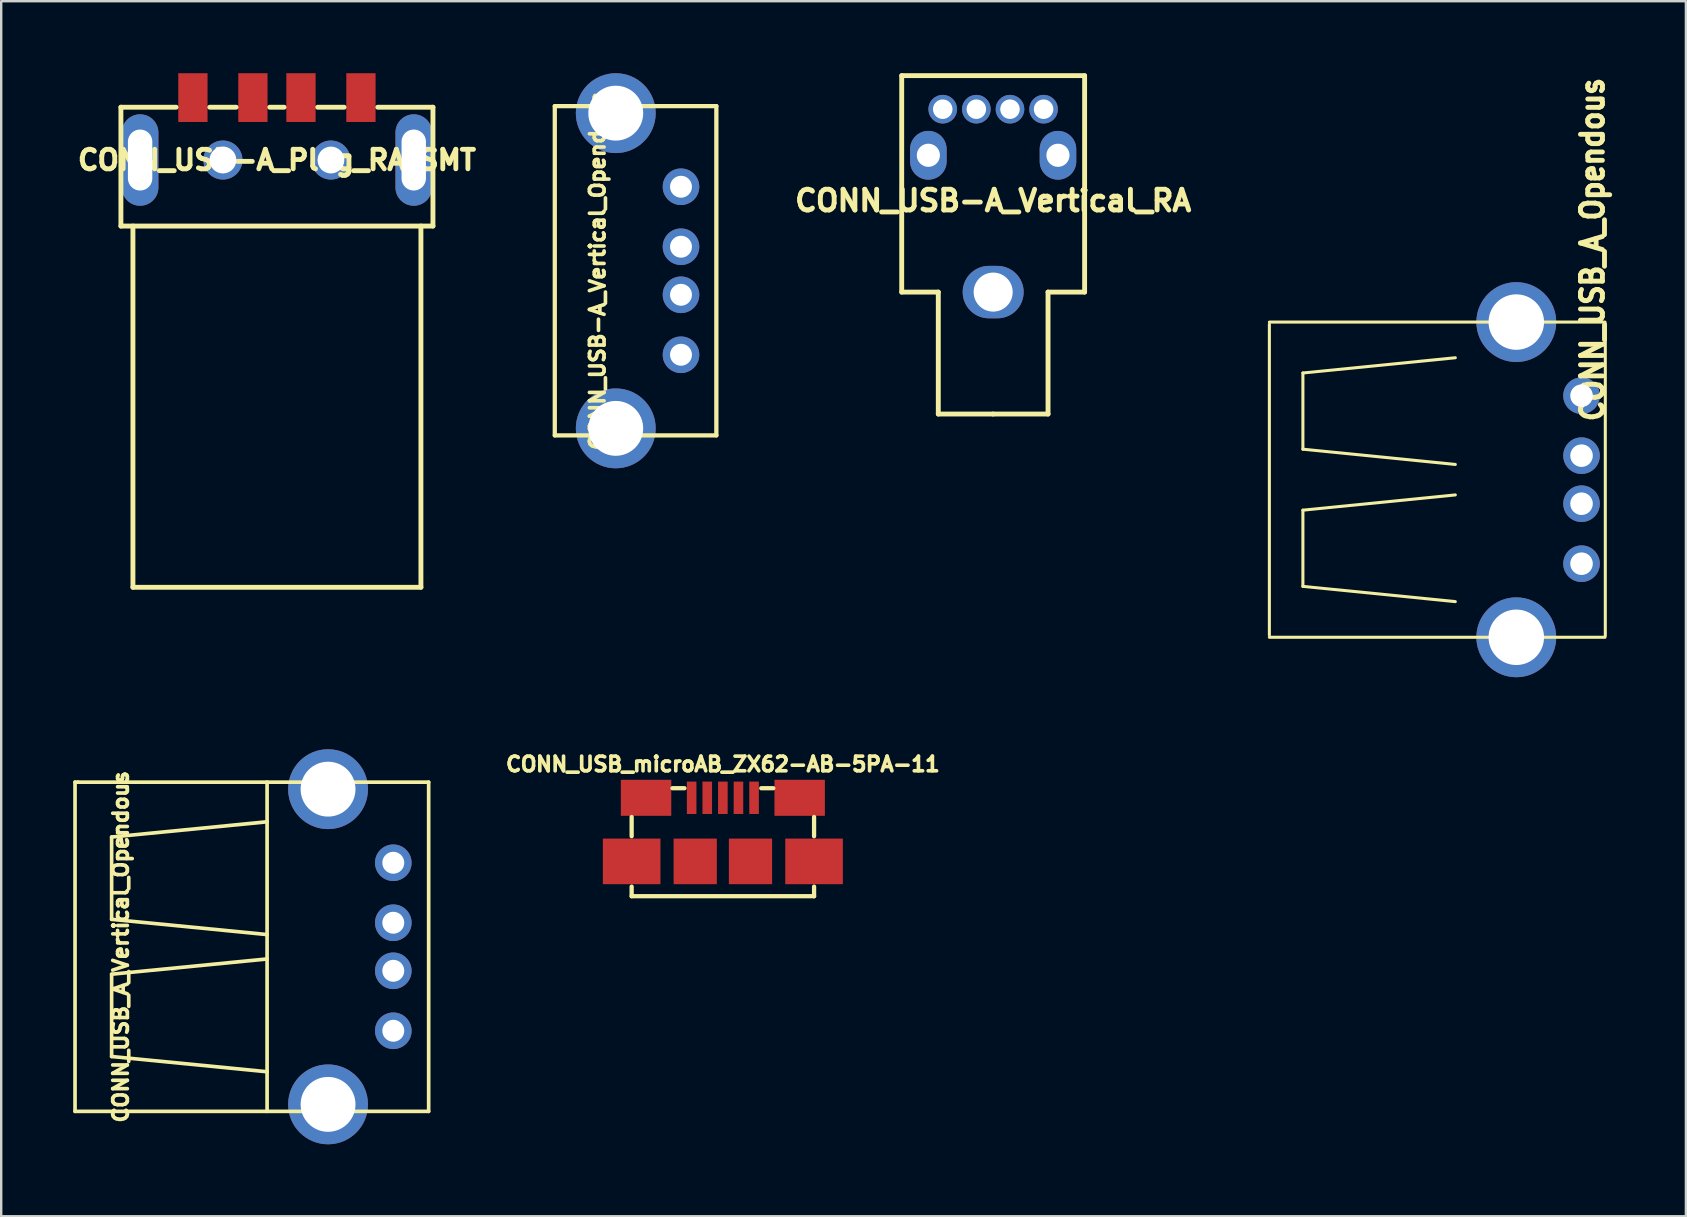
<source format=kicad_pcb>
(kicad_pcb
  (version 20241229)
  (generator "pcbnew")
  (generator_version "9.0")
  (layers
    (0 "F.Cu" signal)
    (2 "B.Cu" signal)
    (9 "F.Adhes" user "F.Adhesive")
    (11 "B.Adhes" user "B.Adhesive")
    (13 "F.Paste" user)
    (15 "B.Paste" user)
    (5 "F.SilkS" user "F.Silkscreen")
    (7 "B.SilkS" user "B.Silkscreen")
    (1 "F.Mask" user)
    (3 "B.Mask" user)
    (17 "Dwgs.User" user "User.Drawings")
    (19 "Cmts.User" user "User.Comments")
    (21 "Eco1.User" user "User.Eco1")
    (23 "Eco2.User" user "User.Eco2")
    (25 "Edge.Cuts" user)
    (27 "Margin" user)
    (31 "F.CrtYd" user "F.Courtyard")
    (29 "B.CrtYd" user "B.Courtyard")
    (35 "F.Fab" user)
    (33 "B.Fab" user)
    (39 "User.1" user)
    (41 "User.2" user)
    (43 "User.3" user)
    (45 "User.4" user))
  (footprint "CONN_USB_A_Vertical_Opendous"
    (layer "F.Cu")
    (at 10.617 36.393)
    (property "Reference" "CONN_USB_A_Vertical_Opendous" (at -8.636 0 90) (layer "F.SilkS") (effects (font (size 0.61 0.61) (thickness 0.152))))
    (attr exclude_from_pos_files exclude_from_bom)
    (fp_line (start -10.541 -6.858) (end -10.414 -6.858) (stroke (width 0.152) (type solid)) (layer "F.SilkS"))
    (fp_line (start -10.541 6.858) (end -10.541 -6.858) (stroke (width 0.152) (type solid)) (layer "F.SilkS"))
    (fp_line (start -10.414 -6.858) (end 4.191 -6.858) (stroke (width 0.152) (type solid)) (layer "F.SilkS"))
    (fp_line (start -9.017 -4.572) (end -9.017 -1.143) (stroke (width 0.152) (type solid)) (layer "F.SilkS"))
    (fp_line (start -9.017 -1.143) (end -2.54 -0.508) (stroke (width 0.152) (type solid)) (layer "F.SilkS"))
    (fp_line (start -9.017 1.143) (end -2.54 0.508) (stroke (width 0.152) (type solid)) (layer "F.SilkS"))
    (fp_line (start -9.017 4.572) (end -9.017 1.143) (stroke (width 0.152) (type solid)) (layer "F.SilkS"))
    (fp_line (start -2.54 -6.858) (end -2.54 6.858) (stroke (width 0.152) (type solid)) (layer "F.SilkS"))
    (fp_line (start -2.54 -5.207) (end -9.017 -4.572) (stroke (width 0.152) (type solid)) (layer "F.SilkS"))
    (fp_line (start -2.54 5.207) (end -9.017 4.572) (stroke (width 0.152) (type solid)) (layer "F.SilkS"))
    (fp_line (start 4.191 -6.858) (end 4.191 6.858) (stroke (width 0.152) (type solid)) (layer "F.SilkS"))
    (fp_line (start 4.191 6.858) (end -10.541 6.858) (stroke (width 0.152) (type solid)) (layer "F.SilkS"))
    (pad "1" thru_hole circle (at 2.718 -3.5) (size 1.524 1.524) (drill 0.914) (layers "*.Cu" "*.Mask"))
    (pad "2" thru_hole circle (at 2.718 -1.001) (size 1.524 1.524) (drill 0.914) (layers "*.Cu" "*.Mask"))
    (pad "3" thru_hole circle (at 2.718 1.001) (size 1.524 1.524) (drill 0.914) (layers "*.Cu" "*.Mask"))
    (pad "4" thru_hole circle (at 2.718 3.5) (size 1.524 1.524) (drill 0.914) (layers "*.Cu" "*.Mask"))
    (pad "5" thru_hole circle (at 0 -6.566) (size 3.327 3.327) (drill 2.286) (layers "*.Cu" "*.Mask"))
    (pad "5" thru_hole circle (at 0 6.566) (size 3.327 3.327) (drill 2.286) (layers "*.Cu" "*.Mask")))
  (footprint "CONN_USB_A_Opendous"
    (layer "F.Cu")
    (at 60.12 16.934)
    (property "Reference" "CONN_USB_A_Opendous" (at 3.175 -9.588 90) (layer "F.SilkS") (effects (font (size 0.914 0.813) (thickness 0.203))))
    (attr through_hole)
    (fp_line (start -10.287 -6.477) (end -10.287 6.477) (stroke (width 0.127) (type solid)) (layer "F.SilkS"))
    (fp_line (start -8.89 -4.445) (end -8.89 -1.27) (stroke (width 0.127) (type solid)) (layer "F.SilkS"))
    (fp_line (start -8.89 -1.27) (end -2.54 -0.635) (stroke (width 0.127) (type solid)) (layer "F.SilkS"))
    (fp_line (start -8.89 1.27) (end -2.54 0.635) (stroke (width 0.127) (type solid)) (layer "F.SilkS"))
    (fp_line (start -8.89 4.445) (end -8.89 1.27) (stroke (width 0.127) (type solid)) (layer "F.SilkS"))
    (fp_line (start -2.54 -5.08) (end -8.89 -4.445) (stroke (width 0.127) (type solid)) (layer "F.SilkS"))
    (fp_line (start -2.54 5.08) (end -8.89 4.445) (stroke (width 0.127) (type solid)) (layer "F.SilkS"))
    (fp_line (start 3.696 -6.566) (end -10.287 -6.566) (stroke (width 0.127) (type solid)) (layer "F.SilkS"))
    (fp_line (start 3.696 6.566) (end -10.287 6.566) (stroke (width 0.127) (type solid)) (layer "F.SilkS"))
    (fp_line (start 3.708 -6.502) (end 3.708 6.502) (stroke (width 0.127) (type solid)) (layer "F.SilkS"))
    (pad "1" thru_hole circle (at 2.718 -3.5) (size 1.524 1.524) (drill 0.94) (layers "*.Cu" "*.Mask"))
    (pad "2" thru_hole circle (at 2.718 -1.001) (size 1.524 1.524) (drill 0.94) (layers "*.Cu" "*.Mask"))
    (pad "3" thru_hole circle (at 2.718 1.001) (size 1.524 1.524) (drill 0.94) (layers "*.Cu" "*.Mask"))
    (pad "4" thru_hole circle (at 2.718 3.5) (size 1.524 1.524) (drill 0.94) (layers "*.Cu" "*.Mask"))
    (pad "5" thru_hole circle (at 0 -6.566) (size 3.327 3.327) (drill 2.311) (layers "*.Cu" "*.Mask"))
    (pad "5" thru_hole circle (at 0 6.566) (size 3.327 3.327) (drill 2.311) (layers "*.Cu" "*.Mask")))
  (footprint "CONN_USB-A_Vertical_Opendous"
    (layer "F.Cu")
    (at 22.603 8.23)
    (property "Reference" "CONN_USB-A_Vertical_Opendous" (at -0.762 0 90) (layer "F.SilkS") (effects (font (size 0.61 0.61) (thickness 0.152))))
    (attr exclude_from_pos_files exclude_from_bom)
    (fp_line (start -2.54 6.858) (end -2.54 -6.858) (stroke (width 0.178) (type solid)) (layer "F.SilkS"))
    (fp_line (start -2.54 6.858) (end 4.191 6.858) (stroke (width 0.178) (type solid)) (layer "F.SilkS"))
    (fp_line (start 4.191 -6.858) (end -2.54 -6.858) (stroke (width 0.178) (type solid)) (layer "F.SilkS"))
    (fp_line (start 4.191 -6.858) (end 4.191 6.858) (stroke (width 0.178) (type solid)) (layer "F.SilkS"))
    (pad "1" thru_hole circle (at 2.718 -3.5) (size 1.524 1.524) (drill 0.914) (layers "*.Cu" "*.Mask"))
    (pad "2" thru_hole circle (at 2.718 -1.001) (size 1.524 1.524) (drill 0.914) (layers "*.Cu" "*.Mask"))
    (pad "3" thru_hole circle (at 2.718 1.001) (size 1.524 1.524) (drill 0.914) (layers "*.Cu" "*.Mask"))
    (pad "4" thru_hole circle (at 2.718 3.5) (size 1.524 1.524) (drill 0.914) (layers "*.Cu" "*.Mask"))
    (pad "5" thru_hole circle (at 0 -6.566) (size 3.327 3.327) (drill 2.286) (layers "*.Cu" "*.Mask"))
    (pad "5" thru_hole circle (at 0 6.566) (size 3.327 3.327) (drill 2.286) (layers "*.Cu" "*.Mask")))
  (footprint "CONN_USB-A_Vertical_RA"
    (layer "F.Cu")
    (at 38.326 9.119)
    (property "Reference" "CONN_USB-A_Vertical_RA" (at 0 -3.81 0) (layer "F.SilkS") (effects (font (size 0.864 0.864) (thickness 0.203))))
    (attr through_hole)
    (fp_line (start -3.81 -9.017) (end 3.81 -9.017) (stroke (width 0.203) (type solid)) (layer "F.SilkS"))
    (fp_line (start -3.81 0) (end -3.81 -9.017) (stroke (width 0.203) (type solid)) (layer "F.SilkS"))
    (fp_line (start -2.286 0) (end -3.81 0) (stroke (width 0.203) (type solid)) (layer "F.SilkS"))
    (fp_line (start -2.286 5.08) (end -2.286 0) (stroke (width 0.203) (type solid)) (layer "F.SilkS"))
    (fp_line (start 0 5.08) (end -2.286 5.08) (stroke (width 0.203) (type solid)) (layer "F.SilkS"))
    (fp_line (start 0 5.08) (end 2.286 5.08) (stroke (width 0.203) (type solid)) (layer "F.SilkS"))
    (fp_line (start 2.286 0) (end 3.81 0) (stroke (width 0.203) (type solid)) (layer "F.SilkS"))
    (fp_line (start 2.286 5.08) (end 2.286 0) (stroke (width 0.203) (type solid)) (layer "F.SilkS"))
    (fp_line (start 3.81 0) (end 3.81 -9.017) (stroke (width 0.203) (type solid)) (layer "F.SilkS"))
    (pad "1" thru_hole circle (at 2.101 -7.62) (size 1.194 1.194) (drill 0.813) (layers "*.Cu" "*.Mask"))
    (pad "2" thru_hole circle (at 0.701 -7.62) (size 1.194 1.194) (drill 0.813) (layers "*.Cu" "*.Mask"))
    (pad "3" thru_hole circle (at -0.701 -7.62) (size 1.194 1.194) (drill 0.813) (layers "*.Cu" "*.Mask"))
    (pad "4" thru_hole circle (at -2.101 -7.62) (size 1.194 1.194) (drill 0.813) (layers "*.Cu" "*.Mask"))
    (pad "5" thru_hole oval (at -2.7 -5.7) (size 1.524 2.032) (drill 0.965) (layers "*.Cu" "*.Mask"))
    (pad "5" thru_hole oval (at 0 0) (size 2.54 2.184) (drill 1.626) (layers "*.Cu" "*.Mask"))
    (pad "5" thru_hole oval (at 2.7 -5.7) (size 1.524 2.032) (drill 0.965) (layers "*.Cu" "*.Mask")))
  (footprint "CONN_USB-A_Plug_RA_SMT"
    (layer "F.Cu")
    (at 8.487 3.617)
    (property "Reference" "CONN_USB-A_Plug_RA_SMT" (at 0 0 0) (layer "F.SilkS") (effects (font (size 0.813 0.813) (thickness 0.203))))
    (attr through_hole)
    (fp_line (start -6.5 -2.2) (end -6.5 2.751) (stroke (width 0.203) (type solid)) (layer "F.SilkS"))
    (fp_line (start -6.5 -2.2) (end -4.201 -2.2) (stroke (width 0.203) (type solid)) (layer "F.SilkS"))
    (fp_line (start -6.5 2.751) (end 6.5 2.751) (stroke (width 0.203) (type solid)) (layer "F.SilkS"))
    (fp_line (start -5.999 2.751) (end -5.999 17.8) (stroke (width 0.203) (type solid)) (layer "F.SilkS"))
    (fp_line (start -2.799 -2.2) (end -1.699 -2.2) (stroke (width 0.203) (type solid)) (layer "F.SilkS"))
    (fp_line (start -0.3 -2.2) (end 0.3 -2.2) (stroke (width 0.203) (type solid)) (layer "F.SilkS"))
    (fp_line (start 2.799 -2.2) (end 1.699 -2.2) (stroke (width 0.203) (type solid)) (layer "F.SilkS"))
    (fp_line (start 5.999 2.751) (end 5.999 17.8) (stroke (width 0.203) (type solid)) (layer "F.SilkS"))
    (fp_line (start 5.999 17.8) (end -5.999 17.8) (stroke (width 0.203) (type solid)) (layer "F.SilkS"))
    (fp_line (start 6.5 -2.2) (end 4.201 -2.2) (stroke (width 0.203) (type solid)) (layer "F.SilkS"))
    (fp_line (start 6.5 2.751) (end 6.5 -2.2) (stroke (width 0.203) (type solid)) (layer "F.SilkS"))
    (pad "1" smd rect (at 3.5 -2.601) (size 1.219 2.032) (layers "F.Cu" "F.Mask" "F.Paste"))
    (pad "2" smd rect (at 1.001 -2.601) (size 1.219 2.032) (layers "F.Cu" "F.Mask" "F.Paste"))
    (pad "3" smd rect (at -1.001 -2.601) (size 1.219 2.032) (layers "F.Cu" "F.Mask" "F.Paste"))
    (pad "4" smd rect (at -3.5 -2.601) (size 1.219 2.032) (layers "F.Cu" "F.Mask" "F.Paste"))
    (pad "5" thru_hole oval (at -5.7 0) (size 1.524 3.81) (drill oval 1.016 2.54) (layers "*.Cu" "*.Mask"))
    (pad "5" thru_hole circle (at -2.25 0) (size 1.626 1.626) (drill 1.118) (layers "*.Cu" "*.Mask"))
    (pad "5" thru_hole circle (at 2.25 0) (size 1.626 1.626) (drill 1.118) (layers "*.Cu" "*.Mask"))
    (pad "5" thru_hole oval (at 5.7 0) (size 1.524 3.81) (drill oval 1.016 2.54) (layers "*.Cu" "*.Mask")))
  (footprint "CONN_USB_microAB_ZX62-AB-5PA-11"
    (layer "F.Cu")
    (at 27.065 30.187)
    (property "Reference" "CONN_USB_microAB_ZX62-AB-5PA-11" (at 0 -1.4 0) (layer "F.SilkS") (effects (font (size 0.61 0.61) (thickness 0.152))))
    (attr through_hole)
    (fp_line (start -3.8 1.6) (end -3.8 0.8) (stroke (width 0.178) (type solid)) (layer "F.SilkS"))
    (fp_line (start -3.8 4.1) (end -3.8 3.701) (stroke (width 0.178) (type solid)) (layer "F.SilkS"))
    (fp_line (start -3.8 4.1) (end 3.8 4.1) (stroke (width 0.178) (type solid)) (layer "F.SilkS"))
    (fp_line (start -2.101 -0.399) (end -1.6 -0.399) (stroke (width 0.178) (type solid)) (layer "F.SilkS"))
    (fp_line (start 2.101 -0.399) (end 1.6 -0.399) (stroke (width 0.178) (type solid)) (layer "F.SilkS"))
    (fp_line (start 3.8 1.6) (end 3.8 0.8) (stroke (width 0.178) (type solid)) (layer "F.SilkS"))
    (fp_line (start 3.8 4.1) (end 3.8 3.701) (stroke (width 0.178) (type solid)) (layer "F.SilkS"))
    (pad "1" smd rect (at -1.3 0) (size 0.399 1.349) (layers "F.Cu" "F.Mask" "F.Paste"))
    (pad "2" smd rect (at -0.65 0) (size 0.399 1.349) (layers "F.Cu" "F.Mask" "F.Paste"))
    (pad "3" smd rect (at 0 0) (size 0.399 1.349) (layers "F.Cu" "F.Mask" "F.Paste"))
    (pad "4" smd rect (at 1.3 0) (size 0.399 1.349) (layers "F.Cu" "F.Mask" "F.Paste"))
    (pad "5" smd rect (at -3.8 2.649) (size 2.4 1.9) (layers "F.Cu" "F.Mask" "F.Paste"))
    (pad "5" smd rect (at -3.2 0) (size 2.101 1.501) (layers "F.Cu" "F.Mask" "F.Paste"))
    (pad "5" smd rect (at -1.151 2.649) (size 1.801 1.9) (layers "F.Cu" "F.Mask" "F.Paste"))
    (pad "5" smd rect (at 1.151 2.649) (size 1.801 1.9) (layers "F.Cu" "F.Mask" "F.Paste"))
    (pad "5" smd rect (at 3.2 0) (size 2.101 1.501) (layers "F.Cu" "F.Mask" "F.Paste"))
    (pad "5" smd rect (at 3.8 2.649) (size 2.4 1.9) (layers "F.Cu" "F.Mask" "F.Paste"))
    (pad "6" smd rect (at 0.65 0) (size 0.399 1.349) (layers "F.Cu" "F.Mask" "F.Paste")))
  (gr_rect
    (start -3 -3)
    (end 67.186 47.622)
    (stroke (width 0.1) (type default))
    (fill no)
    (layer "Edge.Cuts")))
</source>
